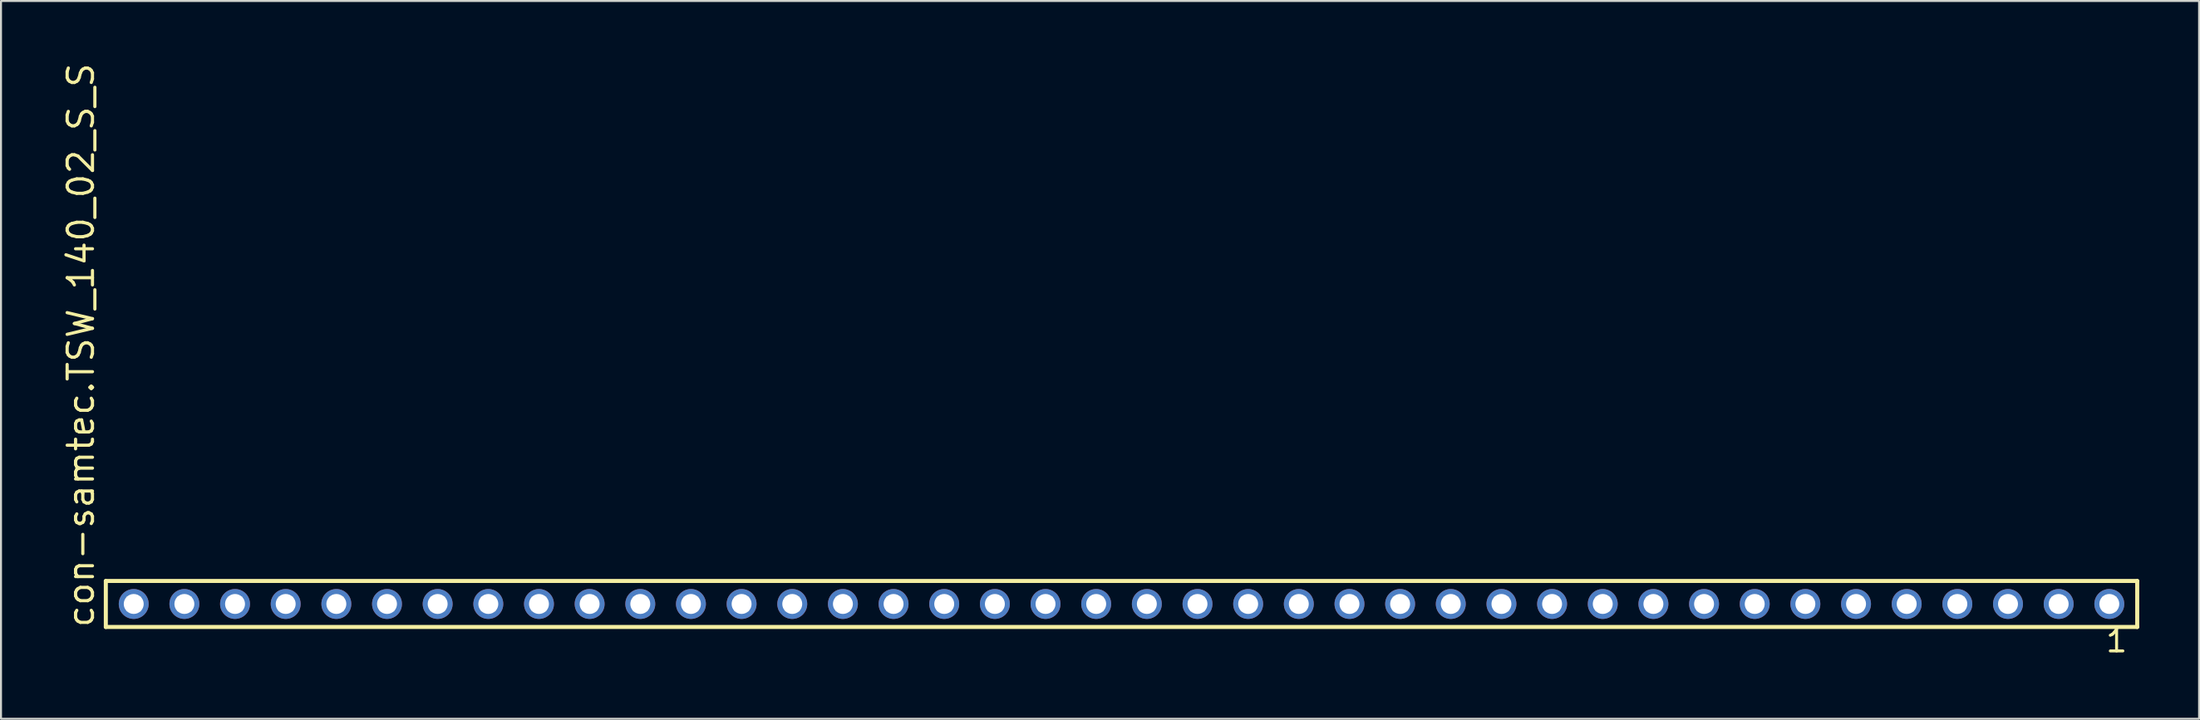
<source format=kicad_pcb>
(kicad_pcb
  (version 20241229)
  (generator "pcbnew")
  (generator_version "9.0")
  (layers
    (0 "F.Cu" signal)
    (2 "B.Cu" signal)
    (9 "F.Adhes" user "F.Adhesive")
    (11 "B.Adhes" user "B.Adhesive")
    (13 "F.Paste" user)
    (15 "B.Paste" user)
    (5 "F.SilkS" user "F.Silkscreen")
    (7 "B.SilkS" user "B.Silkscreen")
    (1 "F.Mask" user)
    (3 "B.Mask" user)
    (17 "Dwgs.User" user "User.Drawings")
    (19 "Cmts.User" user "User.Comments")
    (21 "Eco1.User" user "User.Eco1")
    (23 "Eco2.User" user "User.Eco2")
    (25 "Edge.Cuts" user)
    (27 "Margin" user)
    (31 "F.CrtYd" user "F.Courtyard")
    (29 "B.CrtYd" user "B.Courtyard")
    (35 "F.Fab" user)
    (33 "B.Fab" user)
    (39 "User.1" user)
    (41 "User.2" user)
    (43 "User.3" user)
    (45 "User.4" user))
  (footprint "con-samtec.TSW_140_02_S_S"
    (layer "F.Cu")
    (at 53.185 27.259)
    (property "Reference" "con-samtec.TSW_140_02_S_S" (at -51.435 1.27 90) (layer "F.SilkS") (effects (font (size 1.27 1.27) (thickness 0.16)) (justify left bottom)))
    (attr through_hole)
    (fp_line (start -50.929 -1.155) (end 50.929 -1.155) (stroke (width 0.203) (type default)) (layer "F.SilkS"))
    (fp_line (start -50.929 1.155) (end -50.929 -1.155) (stroke (width 0.203) (type default)) (layer "F.SilkS"))
    (fp_line (start 50.929 -1.155) (end 50.929 1.155) (stroke (width 0.203) (type default)) (layer "F.SilkS"))
    (fp_line (start 50.929 1.155) (end -50.929 1.155) (stroke (width 0.203) (type default)) (layer "F.SilkS"))
    (fp_rect (start -49.88 0.35) (end -49.18 -0.35) (stroke (width 0.05) (type default)) (fill no) (layer "F.Fab"))
    (fp_rect (start -47.34 0.35) (end -46.64 -0.35) (stroke (width 0.05) (type default)) (fill no) (layer "F.Fab"))
    (fp_rect (start -44.8 0.35) (end -44.1 -0.35) (stroke (width 0.05) (type default)) (fill no) (layer "F.Fab"))
    (fp_rect (start -42.26 0.35) (end -41.56 -0.35) (stroke (width 0.05) (type default)) (fill no) (layer "F.Fab"))
    (fp_rect (start -39.72 0.35) (end -39.02 -0.35) (stroke (width 0.05) (type default)) (fill no) (layer "F.Fab"))
    (fp_rect (start -37.18 0.35) (end -36.48 -0.35) (stroke (width 0.05) (type default)) (fill no) (layer "F.Fab"))
    (fp_rect (start -34.64 0.35) (end -33.94 -0.35) (stroke (width 0.05) (type default)) (fill no) (layer "F.Fab"))
    (fp_rect (start -32.1 0.35) (end -31.4 -0.35) (stroke (width 0.05) (type default)) (fill no) (layer "F.Fab"))
    (fp_rect (start -29.56 0.35) (end -28.86 -0.35) (stroke (width 0.05) (type default)) (fill no) (layer "F.Fab"))
    (fp_rect (start -27.02 0.35) (end -26.32 -0.35) (stroke (width 0.05) (type default)) (fill no) (layer "F.Fab"))
    (fp_rect (start -24.48 0.35) (end -23.78 -0.35) (stroke (width 0.05) (type default)) (fill no) (layer "F.Fab"))
    (fp_rect (start -21.94 0.35) (end -21.24 -0.35) (stroke (width 0.05) (type default)) (fill no) (layer "F.Fab"))
    (fp_rect (start -19.4 0.35) (end -18.7 -0.35) (stroke (width 0.05) (type default)) (fill no) (layer "F.Fab"))
    (fp_rect (start -16.86 0.35) (end -16.16 -0.35) (stroke (width 0.05) (type default)) (fill no) (layer "F.Fab"))
    (fp_rect (start -14.32 0.35) (end -13.62 -0.35) (stroke (width 0.05) (type default)) (fill no) (layer "F.Fab"))
    (fp_rect (start -11.78 0.35) (end -11.08 -0.35) (stroke (width 0.05) (type default)) (fill no) (layer "F.Fab"))
    (fp_rect (start -9.24 0.35) (end -8.54 -0.35) (stroke (width 0.05) (type default)) (fill no) (layer "F.Fab"))
    (fp_rect (start -6.7 0.35) (end -6 -0.35) (stroke (width 0.05) (type default)) (fill no) (layer "F.Fab"))
    (fp_rect (start -4.16 0.35) (end -3.46 -0.35) (stroke (width 0.05) (type default)) (fill no) (layer "F.Fab"))
    (fp_rect (start -1.62 0.35) (end -0.92 -0.35) (stroke (width 0.05) (type default)) (fill no) (layer "F.Fab"))
    (fp_rect (start 0.92 0.35) (end 1.62 -0.35) (stroke (width 0.05) (type default)) (fill no) (layer "F.Fab"))
    (fp_rect (start 3.46 0.35) (end 4.16 -0.35) (stroke (width 0.05) (type default)) (fill no) (layer "F.Fab"))
    (fp_rect (start 6 0.35) (end 6.7 -0.35) (stroke (width 0.05) (type default)) (fill no) (layer "F.Fab"))
    (fp_rect (start 8.54 0.35) (end 9.24 -0.35) (stroke (width 0.05) (type default)) (fill no) (layer "F.Fab"))
    (fp_rect (start 11.08 0.35) (end 11.78 -0.35) (stroke (width 0.05) (type default)) (fill no) (layer "F.Fab"))
    (fp_rect (start 13.62 0.35) (end 14.32 -0.35) (stroke (width 0.05) (type default)) (fill no) (layer "F.Fab"))
    (fp_rect (start 16.16 0.35) (end 16.86 -0.35) (stroke (width 0.05) (type default)) (fill no) (layer "F.Fab"))
    (fp_rect (start 18.7 0.35) (end 19.4 -0.35) (stroke (width 0.05) (type default)) (fill no) (layer "F.Fab"))
    (fp_rect (start 21.24 0.35) (end 21.94 -0.35) (stroke (width 0.05) (type default)) (fill no) (layer "F.Fab"))
    (fp_rect (start 23.78 0.35) (end 24.48 -0.35) (stroke (width 0.05) (type default)) (fill no) (layer "F.Fab"))
    (fp_rect (start 26.32 0.35) (end 27.02 -0.35) (stroke (width 0.05) (type default)) (fill no) (layer "F.Fab"))
    (fp_rect (start 28.86 0.35) (end 29.56 -0.35) (stroke (width 0.05) (type default)) (fill no) (layer "F.Fab"))
    (fp_rect (start 31.4 0.35) (end 32.1 -0.35) (stroke (width 0.05) (type default)) (fill no) (layer "F.Fab"))
    (fp_rect (start 33.94 0.35) (end 34.64 -0.35) (stroke (width 0.05) (type default)) (fill no) (layer "F.Fab"))
    (fp_rect (start 36.48 0.35) (end 37.18 -0.35) (stroke (width 0.05) (type default)) (fill no) (layer "F.Fab"))
    (fp_rect (start 39.02 0.35) (end 39.72 -0.35) (stroke (width 0.05) (type default)) (fill no) (layer "F.Fab"))
    (fp_rect (start 41.56 0.35) (end 42.26 -0.35) (stroke (width 0.05) (type default)) (fill no) (layer "F.Fab"))
    (fp_rect (start 44.1 0.35) (end 44.8 -0.35) (stroke (width 0.05) (type default)) (fill no) (layer "F.Fab"))
    (fp_rect (start 46.64 0.35) (end 47.34 -0.35) (stroke (width 0.05) (type default)) (fill no) (layer "F.Fab"))
    (fp_rect (start 49.18 0.35) (end 49.88 -0.35) (stroke (width 0.05) (type default)) (fill no) (layer "F.Fab"))
    (fp_text user "1" (at 49.272 2.498 0) (layer "F.SilkS") (effects (font (size 1.1 1.1) (thickness 0.15)) (justify left bottom)))
    (pad "1" thru_hole circle (at 49.53 0 180) (size 1.5 1.5) (drill 1) (layers "*.Cu" "*.Mask"))
    (pad "2" thru_hole circle (at 46.99 0 180) (size 1.5 1.5) (drill 1) (layers "*.Cu" "*.Mask"))
    (pad "3" thru_hole circle (at 44.45 0 180) (size 1.5 1.5) (drill 1) (layers "*.Cu" "*.Mask"))
    (pad "4" thru_hole circle (at 41.91 0 180) (size 1.5 1.5) (drill 1) (layers "*.Cu" "*.Mask"))
    (pad "5" thru_hole circle (at 39.37 0 180) (size 1.5 1.5) (drill 1) (layers "*.Cu" "*.Mask"))
    (pad "6" thru_hole circle (at 36.83 0 180) (size 1.5 1.5) (drill 1) (layers "*.Cu" "*.Mask"))
    (pad "7" thru_hole circle (at 34.29 0 180) (size 1.5 1.5) (drill 1) (layers "*.Cu" "*.Mask"))
    (pad "8" thru_hole circle (at 31.75 0 180) (size 1.5 1.5) (drill 1) (layers "*.Cu" "*.Mask"))
    (pad "9" thru_hole circle (at 29.21 0 180) (size 1.5 1.5) (drill 1) (layers "*.Cu" "*.Mask"))
    (pad "10" thru_hole circle (at 26.67 0 180) (size 1.5 1.5) (drill 1) (layers "*.Cu" "*.Mask"))
    (pad "11" thru_hole circle (at 24.13 0 180) (size 1.5 1.5) (drill 1) (layers "*.Cu" "*.Mask"))
    (pad "12" thru_hole circle (at 21.59 0 180) (size 1.5 1.5) (drill 1) (layers "*.Cu" "*.Mask"))
    (pad "13" thru_hole circle (at 19.05 0 180) (size 1.5 1.5) (drill 1) (layers "*.Cu" "*.Mask"))
    (pad "14" thru_hole circle (at 16.51 0 180) (size 1.5 1.5) (drill 1) (layers "*.Cu" "*.Mask"))
    (pad "15" thru_hole circle (at 13.97 0 180) (size 1.5 1.5) (drill 1) (layers "*.Cu" "*.Mask"))
    (pad "16" thru_hole circle (at 11.43 0 180) (size 1.5 1.5) (drill 1) (layers "*.Cu" "*.Mask"))
    (pad "17" thru_hole circle (at 8.89 0 180) (size 1.5 1.5) (drill 1) (layers "*.Cu" "*.Mask"))
    (pad "18" thru_hole circle (at 6.35 0 180) (size 1.5 1.5) (drill 1) (layers "*.Cu" "*.Mask"))
    (pad "19" thru_hole circle (at 3.81 0 180) (size 1.5 1.5) (drill 1) (layers "*.Cu" "*.Mask"))
    (pad "20" thru_hole circle (at 1.27 0 180) (size 1.5 1.5) (drill 1) (layers "*.Cu" "*.Mask"))
    (pad "21" thru_hole circle (at -1.27 0 180) (size 1.5 1.5) (drill 1) (layers "*.Cu" "*.Mask"))
    (pad "22" thru_hole circle (at -3.81 0 180) (size 1.5 1.5) (drill 1) (layers "*.Cu" "*.Mask"))
    (pad "23" thru_hole circle (at -6.35 0 180) (size 1.5 1.5) (drill 1) (layers "*.Cu" "*.Mask"))
    (pad "24" thru_hole circle (at -8.89 0 180) (size 1.5 1.5) (drill 1) (layers "*.Cu" "*.Mask"))
    (pad "25" thru_hole circle (at -11.43 0 180) (size 1.5 1.5) (drill 1) (layers "*.Cu" "*.Mask"))
    (pad "26" thru_hole circle (at -13.97 0 180) (size 1.5 1.5) (drill 1) (layers "*.Cu" "*.Mask"))
    (pad "27" thru_hole circle (at -16.51 0 180) (size 1.5 1.5) (drill 1) (layers "*.Cu" "*.Mask"))
    (pad "28" thru_hole circle (at -19.05 0 180) (size 1.5 1.5) (drill 1) (layers "*.Cu" "*.Mask"))
    (pad "29" thru_hole circle (at -21.59 0 180) (size 1.5 1.5) (drill 1) (layers "*.Cu" "*.Mask"))
    (pad "30" thru_hole circle (at -24.13 0 180) (size 1.5 1.5) (drill 1) (layers "*.Cu" "*.Mask"))
    (pad "31" thru_hole circle (at -26.67 0 180) (size 1.5 1.5) (drill 1) (layers "*.Cu" "*.Mask"))
    (pad "32" thru_hole circle (at -29.21 0 180) (size 1.5 1.5) (drill 1) (layers "*.Cu" "*.Mask"))
    (pad "33" thru_hole circle (at -31.75 0 180) (size 1.5 1.5) (drill 1) (layers "*.Cu" "*.Mask"))
    (pad "34" thru_hole circle (at -34.29 0 180) (size 1.5 1.5) (drill 1) (layers "*.Cu" "*.Mask"))
    (pad "35" thru_hole circle (at -36.83 0 180) (size 1.5 1.5) (drill 1) (layers "*.Cu" "*.Mask"))
    (pad "36" thru_hole circle (at -39.37 0 180) (size 1.5 1.5) (drill 1) (layers "*.Cu" "*.Mask"))
    (pad "37" thru_hole circle (at -41.91 0 180) (size 1.5 1.5) (drill 1) (layers "*.Cu" "*.Mask"))
    (pad "38" thru_hole circle (at -44.45 0 180) (size 1.5 1.5) (drill 1) (layers "*.Cu" "*.Mask"))
    (pad "39" thru_hole circle (at -46.99 0 180) (size 1.5 1.5) (drill 1) (layers "*.Cu" "*.Mask"))
    (pad "40" thru_hole circle (at -49.53 0 180) (size 1.5 1.5) (drill 1) (layers "*.Cu" "*.Mask")))
  (gr_rect
    (start -3 -3)
    (end 107.216 33.02)
    (stroke (width 0.1) (type default))
    (fill no)
    (layer "Edge.Cuts")))
</source>
